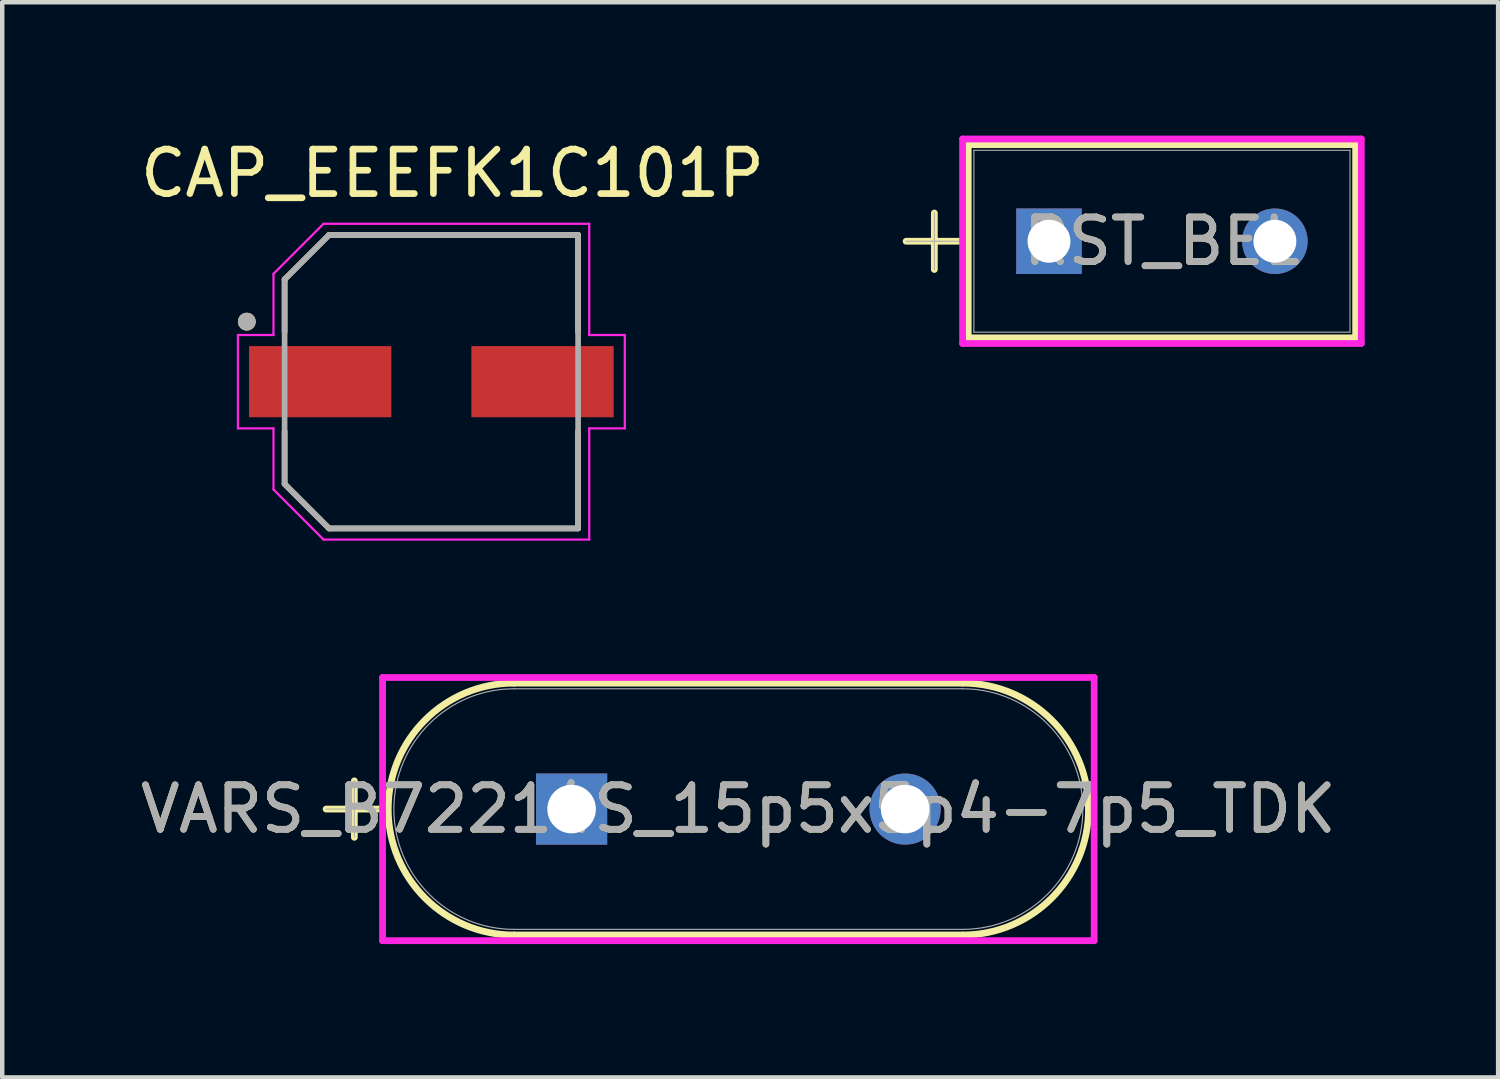
<source format=kicad_pcb>
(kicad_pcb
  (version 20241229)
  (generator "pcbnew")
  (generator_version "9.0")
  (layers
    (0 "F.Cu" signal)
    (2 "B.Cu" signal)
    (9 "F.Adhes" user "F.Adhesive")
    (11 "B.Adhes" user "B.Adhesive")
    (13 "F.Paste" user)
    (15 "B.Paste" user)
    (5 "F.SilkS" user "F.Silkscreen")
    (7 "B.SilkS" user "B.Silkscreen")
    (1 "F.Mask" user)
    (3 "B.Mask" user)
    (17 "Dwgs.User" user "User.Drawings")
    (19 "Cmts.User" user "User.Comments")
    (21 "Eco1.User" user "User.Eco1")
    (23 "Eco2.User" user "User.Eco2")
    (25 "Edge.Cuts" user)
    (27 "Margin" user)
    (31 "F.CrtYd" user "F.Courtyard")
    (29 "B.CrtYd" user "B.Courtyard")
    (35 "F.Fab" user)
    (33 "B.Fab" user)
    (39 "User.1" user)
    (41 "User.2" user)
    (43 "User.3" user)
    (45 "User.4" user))
  (footprint "RST_BEL"
    (layer "F.Cu")
    (at 20.539 2.375)
    (property "Reference" "RST_BEL" (at 2.54 0 0) (unlocked yes) (layer "F.SilkS") (effects (font (size 1 1) (thickness 0.15))))
    (attr through_hole)
    (fp_line (start -3.213 0) (end -1.943 0) (stroke (width 0.152) (type solid)) (layer "F.SilkS"))
    (fp_line (start -2.578 -0.635) (end -2.578 0.635) (stroke (width 0.152) (type solid)) (layer "F.SilkS"))
    (fp_line (start -1.816 -2.172) (end -1.816 2.172) (stroke (width 0.152) (type solid)) (layer "F.SilkS"))
    (fp_line (start 6.896 -2.172) (end -1.816 -2.172) (stroke (width 0.152) (type solid)) (layer "F.SilkS"))
    (fp_line (start 6.896 -2.172) (end 6.896 2.172) (stroke (width 0.152) (type solid)) (layer "F.SilkS"))
    (fp_line (start 6.896 2.172) (end -1.816 2.172) (stroke (width 0.152) (type solid)) (layer "F.SilkS"))
    (fp_line (start -1.943 -2.299) (end 7.023 -2.299) (stroke (width 0.152) (type solid)) (layer "F.CrtYd"))
    (fp_line (start -1.943 2.299) (end -1.943 -2.299) (stroke (width 0.152) (type solid)) (layer "F.CrtYd"))
    (fp_line (start 7.023 -2.299) (end 7.023 2.299) (stroke (width 0.152) (type solid)) (layer "F.CrtYd"))
    (fp_line (start 7.023 2.299) (end -1.943 2.299) (stroke (width 0.152) (type solid)) (layer "F.CrtYd"))
    (fp_line (start -3.213 0) (end -1.943 0) (stroke (width 0.025) (type solid)) (layer "F.Fab"))
    (fp_line (start -2.578 -0.635) (end -2.578 0.635) (stroke (width 0.025) (type solid)) (layer "F.Fab"))
    (fp_line (start -1.689 -2.045) (end -1.689 2.045) (stroke (width 0.025) (type solid)) (layer "F.Fab"))
    (fp_line (start 6.769 -2.045) (end -1.689 -2.045) (stroke (width 0.025) (type solid)) (layer "F.Fab"))
    (fp_line (start 6.769 -2.045) (end 6.769 2.045) (stroke (width 0.025) (type solid)) (layer "F.Fab"))
    (fp_line (start 6.769 2.045) (end -1.689 2.045) (stroke (width 0.025) (type solid)) (layer "F.Fab"))
    (fp_text user "${REFERENCE}" (at 2.54 0 0) (unlocked yes) (layer "F.Fab") (effects (font (size 1 1) (thickness 0.15))))
    (pad "1" thru_hole rect (at 0 0) (size 1.473 1.473) (drill 0.965) (layers "*.Cu" "*.Mask"))
    (pad "2" thru_hole circle (at 5.08 0) (size 1.473 1.473) (drill 0.965) (layers "*.Cu" "*.Mask")))
  (footprint "VARS_B72214S_15p5x5p4-7p5_TDK"
    (layer "F.Cu")
    (at 9.804 15.144)
    (property "Reference" "VARS_B72214S_15p5x5p4-7p5_TDK" (at 3.75 0 0) (unlocked yes) (layer "F.SilkS") (effects (font (size 1 1) (thickness 0.15))))
    (attr through_hole)
    (fp_line (start -5.521 0) (end -4.251 0) (stroke (width 0.152) (type solid)) (layer "F.SilkS"))
    (fp_line (start -4.886 -0.635) (end -4.886 0.635) (stroke (width 0.152) (type solid)) (layer "F.SilkS"))
    (fp_line (start -1.292 -2.832) (end 8.792 -2.832) (stroke (width 0.152) (type solid)) (layer "F.SilkS"))
    (fp_line (start -1.292 2.832) (end 8.792 2.832) (stroke (width 0.152) (type solid)) (layer "F.SilkS"))
    (fp_arc (start -1.2919 2.8321) (mid -4.124 0) (end -1.2919 -2.8321) (stroke (width 0.1524) (type solid)) (layer "F.SilkS"))
    (fp_arc (start 8.7919 -2.8321) (mid 10.794497 -2.002597) (end 11.624 0) (stroke (width 0.1524) (type solid)) (layer "F.SilkS"))
    (fp_arc (start 11.624 0) (mid 10.794497 2.002597) (end 8.7919 2.8321) (stroke (width 0.1524) (type solid)) (layer "F.SilkS"))
    (fp_line (start -4.251 -2.959) (end 11.751 -2.959) (stroke (width 0.152) (type solid)) (layer "F.CrtYd"))
    (fp_line (start -4.251 2.959) (end -4.251 -2.959) (stroke (width 0.152) (type solid)) (layer "F.CrtYd"))
    (fp_line (start 11.751 -2.959) (end 11.751 2.959) (stroke (width 0.152) (type solid)) (layer "F.CrtYd"))
    (fp_line (start 11.751 2.959) (end -4.251 2.959) (stroke (width 0.152) (type solid)) (layer "F.CrtYd"))
    (fp_line (start -5.521 0) (end -4.251 0) (stroke (width 0.025) (type solid)) (layer "F.Fab"))
    (fp_line (start -4.886 -0.635) (end -4.886 0.635) (stroke (width 0.025) (type solid)) (layer "F.Fab"))
    (fp_line (start -1.292 -2.705) (end 8.792 -2.705) (stroke (width 0.025) (type solid)) (layer "F.Fab"))
    (fp_line (start -1.292 2.705) (end 8.792 2.705) (stroke (width 0.025) (type solid)) (layer "F.Fab"))
    (fp_arc (start -1.2919 2.7051) (mid -3.997 0) (end -1.2919 -2.7051) (stroke (width 0.0254) (type solid)) (layer "F.Fab"))
    (fp_arc (start 8.7919 -2.7051) (mid 11.497 0) (end 8.7919 2.7051) (stroke (width 0.0254) (type solid)) (layer "F.Fab"))
    (fp_text user "${REFERENCE}" (at 3.75 0 0) (unlocked yes) (layer "F.Fab") (effects (font (size 1 1) (thickness 0.15))))
    (pad "1" thru_hole rect (at 0 0) (size 1.6 1.6) (drill 1.092) (layers "*.Cu" "*.Mask"))
    (pad "2" thru_hole circle (at 7.5 0) (size 1.6 1.6) (drill 1.092) (layers "*.Cu" "*.Mask")))
  (footprint "CAP_EEEFK1C101P"
    (layer "F.Cu")
    (at 6.65 5.533)
    (property "Reference" "CAP_EEEFK1C101P" (at 0.475 -4.685 0) (layer "F.SilkS") (effects (font (size 1 1) (thickness 0.15))))
    (attr smd)
    (fp_line (start -3.3 -2.3) (end -3.3 -1.12) (stroke (width 0.127) (type solid)) (layer "F.SilkS"))
    (fp_line (start -3.3 1.12) (end -3.3 2.3) (stroke (width 0.127) (type solid)) (layer "F.SilkS"))
    (fp_line (start -3.3 2.3) (end -2.3 3.3) (stroke (width 0.127) (type solid)) (layer "F.SilkS"))
    (fp_line (start -2.3 -3.3) (end -3.3 -2.3) (stroke (width 0.127) (type solid)) (layer "F.SilkS"))
    (fp_line (start -2.3 3.3) (end 3.3 3.3) (stroke (width 0.127) (type solid)) (layer "F.SilkS"))
    (fp_line (start 3.3 -3.3) (end -2.3 -3.3) (stroke (width 0.127) (type solid)) (layer "F.SilkS"))
    (fp_line (start 3.3 -1.12) (end 3.3 -3.3) (stroke (width 0.127) (type solid)) (layer "F.SilkS"))
    (fp_line (start 3.3 3.3) (end 3.3 1.12) (stroke (width 0.127) (type solid)) (layer "F.SilkS"))
    (fp_circle (center -4.15 -1.35) (end -4.05 -1.35) (stroke (width 0.2) (type solid)) (fill no) (layer "F.SilkS"))
    (fp_line (start -4.35 -1.05) (end -3.55 -1.05) (stroke (width 0.05) (type solid)) (layer "F.CrtYd"))
    (fp_line (start -4.35 1.05) (end -4.35 -1.05) (stroke (width 0.05) (type solid)) (layer "F.CrtYd"))
    (fp_line (start -3.55 -2.425) (end -2.425 -3.55) (stroke (width 0.05) (type solid)) (layer "F.CrtYd"))
    (fp_line (start -3.55 -1.05) (end -3.55 -2.425) (stroke (width 0.05) (type solid)) (layer "F.CrtYd"))
    (fp_line (start -3.55 1.05) (end -4.35 1.05) (stroke (width 0.05) (type solid)) (layer "F.CrtYd"))
    (fp_line (start -3.55 2.425) (end -3.55 1.05) (stroke (width 0.05) (type solid)) (layer "F.CrtYd"))
    (fp_line (start -2.425 -3.55) (end 3.55 -3.55) (stroke (width 0.05) (type solid)) (layer "F.CrtYd"))
    (fp_line (start -2.425 3.55) (end -3.55 2.425) (stroke (width 0.05) (type solid)) (layer "F.CrtYd"))
    (fp_line (start 3.55 -3.55) (end 3.55 -1.05) (stroke (width 0.05) (type solid)) (layer "F.CrtYd"))
    (fp_line (start 3.55 -1.05) (end 4.35 -1.05) (stroke (width 0.05) (type solid)) (layer "F.CrtYd"))
    (fp_line (start 3.55 1.05) (end 3.55 3.55) (stroke (width 0.05) (type solid)) (layer "F.CrtYd"))
    (fp_line (start 3.55 3.55) (end -2.425 3.55) (stroke (width 0.05) (type solid)) (layer "F.CrtYd"))
    (fp_line (start 4.35 -1.05) (end 4.35 1.05) (stroke (width 0.05) (type solid)) (layer "F.CrtYd"))
    (fp_line (start 4.35 1.05) (end 3.55 1.05) (stroke (width 0.05) (type solid)) (layer "F.CrtYd"))
    (fp_line (start -3.3 -2.3) (end -3.3 2.3) (stroke (width 0.127) (type solid)) (layer "F.Fab"))
    (fp_line (start -3.3 2.3) (end -2.3 3.3) (stroke (width 0.127) (type solid)) (layer "F.Fab"))
    (fp_line (start -2.3 -3.3) (end -3.3 -2.3) (stroke (width 0.127) (type solid)) (layer "F.Fab"))
    (fp_line (start -2.3 3.3) (end 3.3 3.3) (stroke (width 0.127) (type solid)) (layer "F.Fab"))
    (fp_line (start 3.3 -3.3) (end -2.3 -3.3) (stroke (width 0.127) (type solid)) (layer "F.Fab"))
    (fp_line (start 3.3 3.3) (end 3.3 -3.3) (stroke (width 0.127) (type solid)) (layer "F.Fab"))
    (fp_circle (center -4.15 -1.35) (end -4.05 -1.35) (stroke (width 0.2) (type solid)) (fill no) (layer "F.Fab"))
    (pad "1" smd rect (at -2.5 0) (size 3.2 1.6) (layers "F.Cu" "F.Mask" "F.Paste"))
    (pad "2" smd rect (at 2.5 0) (size 3.2 1.6) (layers "F.Cu" "F.Mask" "F.Paste")))
  (gr_rect
    (start -3 -3)
    (end 30.639 21.179)
    (stroke (width 0.1) (type default))
    (fill no)
    (layer "Edge.Cuts")))
</source>
